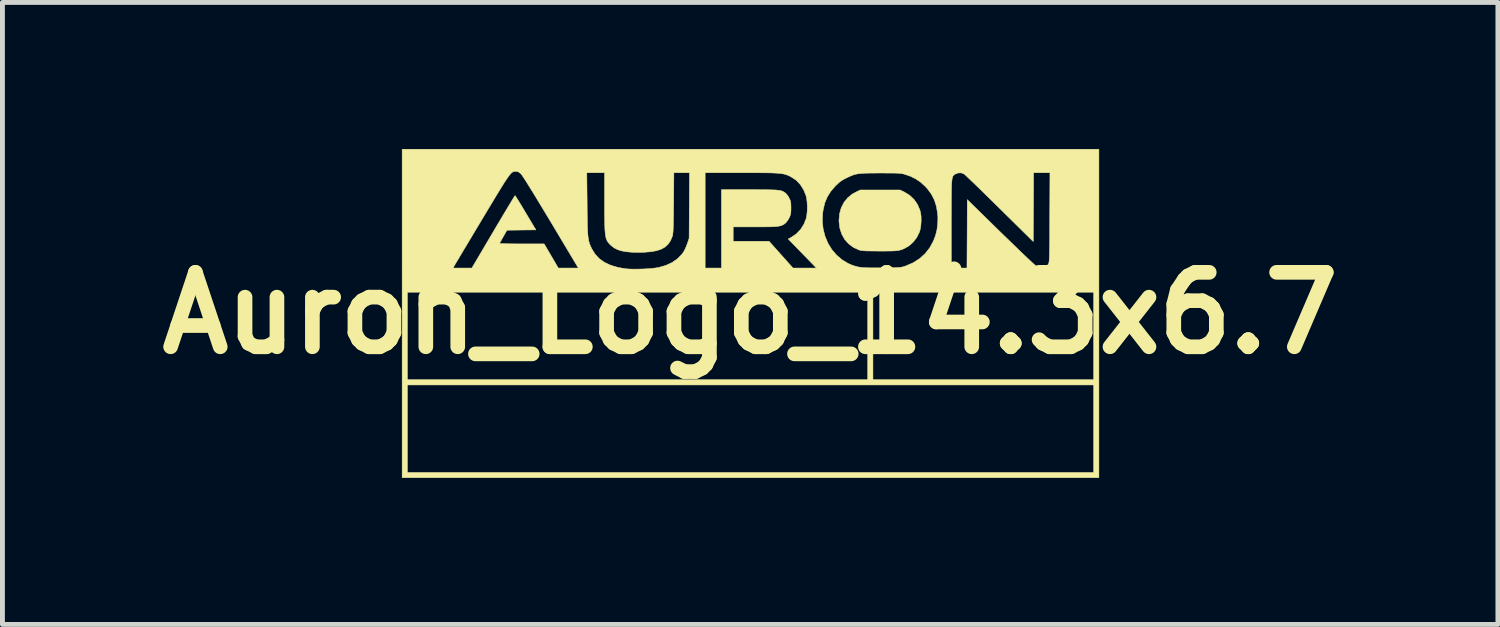
<source format=kicad_pcb>
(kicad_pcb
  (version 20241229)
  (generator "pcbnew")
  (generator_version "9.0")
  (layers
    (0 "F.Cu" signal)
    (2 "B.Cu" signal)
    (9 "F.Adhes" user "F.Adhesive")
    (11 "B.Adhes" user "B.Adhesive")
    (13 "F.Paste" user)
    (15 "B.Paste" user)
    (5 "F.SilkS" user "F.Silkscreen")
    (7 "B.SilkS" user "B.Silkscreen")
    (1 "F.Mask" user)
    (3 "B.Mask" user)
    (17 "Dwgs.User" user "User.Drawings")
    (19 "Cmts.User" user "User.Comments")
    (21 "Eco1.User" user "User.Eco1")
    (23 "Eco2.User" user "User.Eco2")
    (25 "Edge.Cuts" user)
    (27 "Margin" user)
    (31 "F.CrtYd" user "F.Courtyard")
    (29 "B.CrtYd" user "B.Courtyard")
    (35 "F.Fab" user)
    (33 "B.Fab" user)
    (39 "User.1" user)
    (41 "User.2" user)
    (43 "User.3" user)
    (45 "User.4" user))
  (footprint "Auron_Logo_14.3x6.7"
    (layer "F.Cu")
    (at 12.308 3.36)
    (property "Reference" "Auron_Logo_14.3x6.7" (at 0 0 0) (layer "F.SilkS") (effects (font (size 1.524 1.524) (thickness 0.3))))
    (attr through_hole)
    (fp_poly (pts (xy 3.155 -2.479) (xy 3.263 -2.413) (xy 3.353 -2.328) (xy 3.424 -2.227) (xy 3.474 -2.111) (xy 3.49 -2.049) (xy 3.499 -1.973) (xy 3.5 -1.884) (xy 3.494 -1.794) (xy 3.48 -1.712) (xy 3.464 -1.658) (xy 3.409 -1.547) (xy 3.334 -1.451) (xy 3.245 -1.373) (xy 3.143 -1.316) (xy 3.092 -1.297) (xy 3.063 -1.289) (xy 3.034 -1.282) (xy 3 -1.278) (xy 2.958 -1.274) (xy 2.903 -1.272) (xy 2.833 -1.271) (xy 2.743 -1.27) (xy 2.649 -1.27) (xy 2.538 -1.271) (xy 2.45 -1.272) (xy 2.382 -1.273) (xy 2.33 -1.276) (xy 2.29 -1.28) (xy 2.259 -1.285) (xy 2.234 -1.291) (xy 2.225 -1.294) (xy 2.111 -1.347) (xy 2.014 -1.42) (xy 1.934 -1.51) (xy 1.875 -1.616) (xy 1.836 -1.736) (xy 1.819 -1.868) (xy 1.818 -1.898) (xy 1.83 -2.033) (xy 1.864 -2.156) (xy 1.92 -2.266) (xy 1.996 -2.36) (xy 2.091 -2.437) (xy 2.163 -2.477) (xy 2.253 -2.52) (xy 3.068 -2.52) (xy 3.155 -2.479)) (stroke (width 0.01) (type solid)) (fill yes) (layer "F.SilkS"))
    (fp_poly (pts (xy 7.139 3.369) (xy -7.125 3.369) (xy -7.125 1.471) (xy -7.018 1.471) (xy -7.018 3.262) (xy 7.032 3.262) (xy 7.032 1.471) (xy -7.018 1.471) (xy -7.125 1.471) (xy -7.125 -0.428) (xy -7.018 -0.428) (xy -7.018 1.364) (xy 2.406 1.364) (xy 2.406 -0.428) (xy 2.513 -0.428) (xy 2.513 1.364) (xy 7.032 1.364) (xy 7.032 -0.428) (xy 2.513 -0.428) (xy 2.406 -0.428) (xy -7.018 -0.428) (xy -7.125 -0.428) (xy -7.125 -0.922) (xy -6.083 -0.922) (xy -5.698 -0.922) (xy -5.26 -1.664) (xy -5.184 -1.793) (xy -5.112 -1.914) (xy -5.045 -2.027) (xy -4.984 -2.128) (xy -4.931 -2.217) (xy -4.886 -2.291) (xy -4.851 -2.348) (xy -4.827 -2.387) (xy -4.815 -2.405) (xy -4.814 -2.406) (xy -4.805 -2.395) (xy -4.785 -2.363) (xy -4.754 -2.315) (xy -4.715 -2.251) (xy -4.669 -2.176) (xy -4.619 -2.092) (xy -4.597 -2.055) (xy -4.387 -1.704) (xy -4.684 -1.701) (xy -4.98 -1.697) (xy -5.053 -1.568) (xy -5.083 -1.515) (xy -5.108 -1.47) (xy -5.125 -1.439) (xy -5.131 -1.428) (xy -5.119 -1.425) (xy -5.084 -1.423) (xy -5.028 -1.421) (xy -4.954 -1.419) (xy -4.865 -1.418) (xy -4.765 -1.417) (xy -4.677 -1.417) (xy -4.218 -1.417) (xy -4.073 -1.17) (xy -3.928 -0.922) (xy -3.517 -0.922) (xy -4.079 -1.862) (xy -4.189 -2.045) (xy -4.29 -2.211) (xy -4.38 -2.36) (xy -4.46 -2.491) (xy -4.53 -2.603) (xy -4.588 -2.696) (xy -4.634 -2.767) (xy -4.668 -2.818) (xy -4.689 -2.847) (xy -4.693 -2.851) (xy -4.72 -2.874) (xy -3.345 -2.874) (xy -3.338 -2.236) (xy -3.337 -2.076) (xy -3.335 -1.939) (xy -3.333 -1.825) (xy -3.33 -1.729) (xy -3.326 -1.649) (xy -3.321 -1.583) (xy -3.314 -1.528) (xy -3.306 -1.482) (xy -3.295 -1.441) (xy -3.282 -1.403) (xy -3.266 -1.366) (xy -3.248 -1.326) (xy -3.241 -1.313) (xy -3.174 -1.205) (xy -3.088 -1.113) (xy -2.981 -1.038) (xy -2.854 -0.979) (xy -2.705 -0.935) (xy -2.56 -0.909) (xy -2.485 -0.903) (xy -2.392 -0.9) (xy -2.287 -0.901) (xy -2.178 -0.904) (xy -2.071 -0.91) (xy -1.975 -0.919) (xy -1.951 -0.922) (xy -0.922 -0.922) (xy -0.588 -0.922) (xy -0.588 -2.527) (xy -0.008 -2.527) (xy 0.139 -2.527) (xy 0.262 -2.526) (xy 0.364 -2.525) (xy 0.446 -2.523) (xy 0.512 -2.521) (xy 0.564 -2.516) (xy 0.605 -2.511) (xy 0.638 -2.503) (xy 0.664 -2.494) (xy 0.686 -2.482) (xy 0.708 -2.468) (xy 0.722 -2.458) (xy 0.75 -2.429) (xy 0.781 -2.386) (xy 0.799 -2.353) (xy 0.817 -2.314) (xy 0.828 -2.278) (xy 0.833 -2.237) (xy 0.835 -2.182) (xy 0.835 -2.152) (xy 0.834 -2.088) (xy 0.83 -2.042) (xy 0.821 -2.004) (xy 0.806 -1.967) (xy 0.797 -1.948) (xy 0.77 -1.901) (xy 0.737 -1.858) (xy 0.715 -1.837) (xy 0.689 -1.818) (xy 0.663 -1.803) (xy 0.633 -1.791) (xy 0.597 -1.782) (xy 0.552 -1.775) (xy 0.494 -1.771) (xy 0.421 -1.767) (xy 0.33 -1.766) (xy 0.218 -1.765) (xy 0.098 -1.765) (xy -0.348 -1.765) (xy -0.348 -1.471) (xy 0.386 -1.471) (xy 0.631 -1.197) (xy 0.876 -0.923) (xy 1.116 -0.922) (xy 1.357 -0.922) (xy 0.779 -1.517) (xy 0.847 -1.555) (xy 0.949 -1.625) (xy 1.034 -1.715) (xy 1.102 -1.823) (xy 1.123 -1.878) (xy 1.477 -1.878) (xy 1.494 -1.721) (xy 1.533 -1.571) (xy 1.592 -1.431) (xy 1.67 -1.303) (xy 1.766 -1.19) (xy 1.878 -1.094) (xy 2.005 -1.017) (xy 2.076 -0.986) (xy 2.124 -0.969) (xy 2.17 -0.955) (xy 2.216 -0.944) (xy 2.266 -0.936) (xy 2.325 -0.931) (xy 2.396 -0.928) (xy 2.484 -0.926) (xy 2.591 -0.926) (xy 2.694 -0.927) (xy 2.806 -0.928) (xy 2.895 -0.929) (xy 2.964 -0.93) (xy 3.018 -0.933) (xy 3.06 -0.936) (xy 3.093 -0.94) (xy 3.122 -0.946) (xy 3.15 -0.954) (xy 3.18 -0.964) (xy 3.188 -0.967) (xy 3.339 -1.032) (xy 3.471 -1.117) (xy 3.585 -1.221) (xy 3.68 -1.343) (xy 3.755 -1.484) (xy 3.794 -1.587) (xy 3.823 -1.701) (xy 3.839 -1.828) (xy 3.84 -1.851) (xy 4.117 -1.851) (xy 4.117 -1.825) (xy 4.117 -0.922) (xy 4.438 -0.922) (xy 4.442 -1.623) (xy 4.445 -2.323) (xy 5.133 -1.649) (xy 5.248 -1.538) (xy 5.357 -1.432) (xy 5.461 -1.332) (xy 5.556 -1.24) (xy 5.642 -1.158) (xy 5.717 -1.087) (xy 5.779 -1.029) (xy 5.827 -0.986) (xy 5.859 -0.958) (xy 5.872 -0.949) (xy 5.937 -0.926) (xy 6 -0.927) (xy 6.055 -0.95) (xy 6.099 -0.995) (xy 6.106 -1.006) (xy 6.11 -1.016) (xy 6.114 -1.029) (xy 6.118 -1.047) (xy 6.121 -1.073) (xy 6.123 -1.107) (xy 6.125 -1.152) (xy 6.127 -1.209) (xy 6.128 -1.282) (xy 6.13 -1.371) (xy 6.131 -1.479) (xy 6.132 -1.608) (xy 6.132 -1.759) (xy 6.133 -1.934) (xy 6.133 -1.962) (xy 6.137 -2.874) (xy 5.802 -2.874) (xy 5.799 -2.17) (xy 5.795 -1.465) (xy 5.107 -2.144) (xy 4.993 -2.256) (xy 4.884 -2.363) (xy 4.781 -2.464) (xy 4.687 -2.556) (xy 4.602 -2.638) (xy 4.528 -2.709) (xy 4.467 -2.767) (xy 4.421 -2.811) (xy 4.39 -2.839) (xy 4.378 -2.849) (xy 4.32 -2.871) (xy 4.256 -2.869) (xy 4.2 -2.847) (xy 4.185 -2.838) (xy 4.171 -2.828) (xy 4.159 -2.817) (xy 4.15 -2.802) (xy 4.141 -2.781) (xy 4.135 -2.753) (xy 4.13 -2.716) (xy 4.125 -2.667) (xy 4.122 -2.605) (xy 4.12 -2.528) (xy 4.119 -2.434) (xy 4.118 -2.322) (xy 4.118 -2.188) (xy 4.117 -2.032) (xy 4.117 -1.851) (xy 3.84 -1.851) (xy 3.843 -1.956) (xy 3.837 -2.039) (xy 3.812 -2.188) (xy 3.77 -2.318) (xy 3.71 -2.435) (xy 3.63 -2.544) (xy 3.577 -2.601) (xy 3.483 -2.685) (xy 3.386 -2.75) (xy 3.277 -2.803) (xy 3.182 -2.836) (xy 3.152 -2.845) (xy 3.125 -2.852) (xy 3.096 -2.857) (xy 3.061 -2.861) (xy 3.018 -2.864) (xy 2.963 -2.866) (xy 2.892 -2.867) (xy 2.803 -2.867) (xy 2.69 -2.868) (xy 2.667 -2.868) (xy 2.539 -2.867) (xy 2.434 -2.866) (xy 2.348 -2.864) (xy 2.278 -2.86) (xy 2.22 -2.854) (xy 2.171 -2.845) (xy 2.125 -2.833) (xy 2.081 -2.817) (xy 2.034 -2.797) (xy 1.98 -2.771) (xy 1.979 -2.771) (xy 1.914 -2.738) (xy 1.862 -2.706) (xy 1.814 -2.669) (xy 1.762 -2.619) (xy 1.744 -2.602) (xy 1.651 -2.495) (xy 1.58 -2.382) (xy 1.528 -2.259) (xy 1.495 -2.12) (xy 1.483 -2.039) (xy 1.477 -1.878) (xy 1.123 -1.878) (xy 1.145 -1.932) (xy 1.159 -2.002) (xy 1.168 -2.09) (xy 1.17 -2.184) (xy 1.165 -2.277) (xy 1.154 -2.359) (xy 1.145 -2.399) (xy 1.094 -2.526) (xy 1.025 -2.634) (xy 0.939 -2.723) (xy 0.834 -2.791) (xy 0.829 -2.794) (xy 0.796 -2.81) (xy 0.765 -2.824) (xy 0.733 -2.836) (xy 0.699 -2.845) (xy 0.659 -2.853) (xy 0.612 -2.859) (xy 0.555 -2.864) (xy 0.485 -2.868) (xy 0.401 -2.871) (xy 0.301 -2.872) (xy 0.181 -2.873) (xy 0.04 -2.874) (xy -0.125 -2.874) (xy -0.177 -2.874) (xy -0.922 -2.874) (xy -0.922 -0.922) (xy -1.951 -0.922) (xy -1.895 -0.93) (xy -1.872 -0.935) (xy -1.729 -0.976) (xy -1.601 -1.034) (xy -1.492 -1.109) (xy -1.403 -1.198) (xy -1.363 -1.253) (xy -1.339 -1.298) (xy -1.312 -1.356) (xy -1.289 -1.417) (xy -1.286 -1.424) (xy -1.25 -1.531) (xy -1.242 -2.874) (xy -1.562 -2.874) (xy -1.567 -2.256) (xy -1.569 -2.108) (xy -1.57 -1.984) (xy -1.572 -1.882) (xy -1.574 -1.799) (xy -1.576 -1.733) (xy -1.578 -1.681) (xy -1.582 -1.641) (xy -1.585 -1.611) (xy -1.59 -1.587) (xy -1.595 -1.569) (xy -1.631 -1.483) (xy -1.679 -1.412) (xy -1.741 -1.354) (xy -1.819 -1.31) (xy -1.914 -1.278) (xy -2.03 -1.257) (xy -2.167 -1.246) (xy -2.281 -1.243) (xy -2.42 -1.246) (xy -2.537 -1.256) (xy -2.634 -1.274) (xy -2.715 -1.3) (xy -2.784 -1.335) (xy -2.844 -1.381) (xy -2.852 -1.388) (xy -2.88 -1.415) (xy -2.903 -1.442) (xy -2.922 -1.469) (xy -2.938 -1.5) (xy -2.951 -1.538) (xy -2.961 -1.584) (xy -2.968 -1.641) (xy -2.974 -1.712) (xy -2.977 -1.799) (xy -2.979 -1.903) (xy -2.981 -2.029) (xy -2.981 -2.178) (xy -2.981 -2.263) (xy -2.981 -2.874) (xy -3.345 -2.874) (xy -4.72 -2.874) (xy -4.73 -2.882) (xy -4.762 -2.897) (xy -4.797 -2.901) (xy -4.815 -2.901) (xy -4.832 -2.899) (xy -4.849 -2.895) (xy -4.866 -2.887) (xy -4.884 -2.872) (xy -4.906 -2.851) (xy -4.93 -2.822) (xy -4.96 -2.782) (xy -4.994 -2.731) (xy -5.036 -2.668) (xy -5.085 -2.59) (xy -5.142 -2.496) (xy -5.21 -2.386) (xy -5.287 -2.257) (xy -5.377 -2.108) (xy -5.479 -1.938) (xy -5.491 -1.918) (xy -5.577 -1.774) (xy -5.66 -1.636) (xy -5.738 -1.505) (xy -5.81 -1.385) (xy -5.876 -1.275) (xy -5.933 -1.179) (xy -5.981 -1.098) (xy -6.02 -1.034) (xy -6.047 -0.988) (xy -6.061 -0.963) (xy -6.063 -0.959) (xy -6.083 -0.922) (xy -7.125 -0.922) (xy -7.125 -3.355) (xy 7.139 -3.355) (xy 7.139 3.369)) (stroke (width 0.01) (type solid)) (fill yes) (layer "F.SilkS")))
  (gr_rect
    (start -3 -3)
    (end 27.616 9.734)
    (stroke (width 0.1) (type default))
    (fill no)
    (layer "Edge.Cuts")))
</source>
